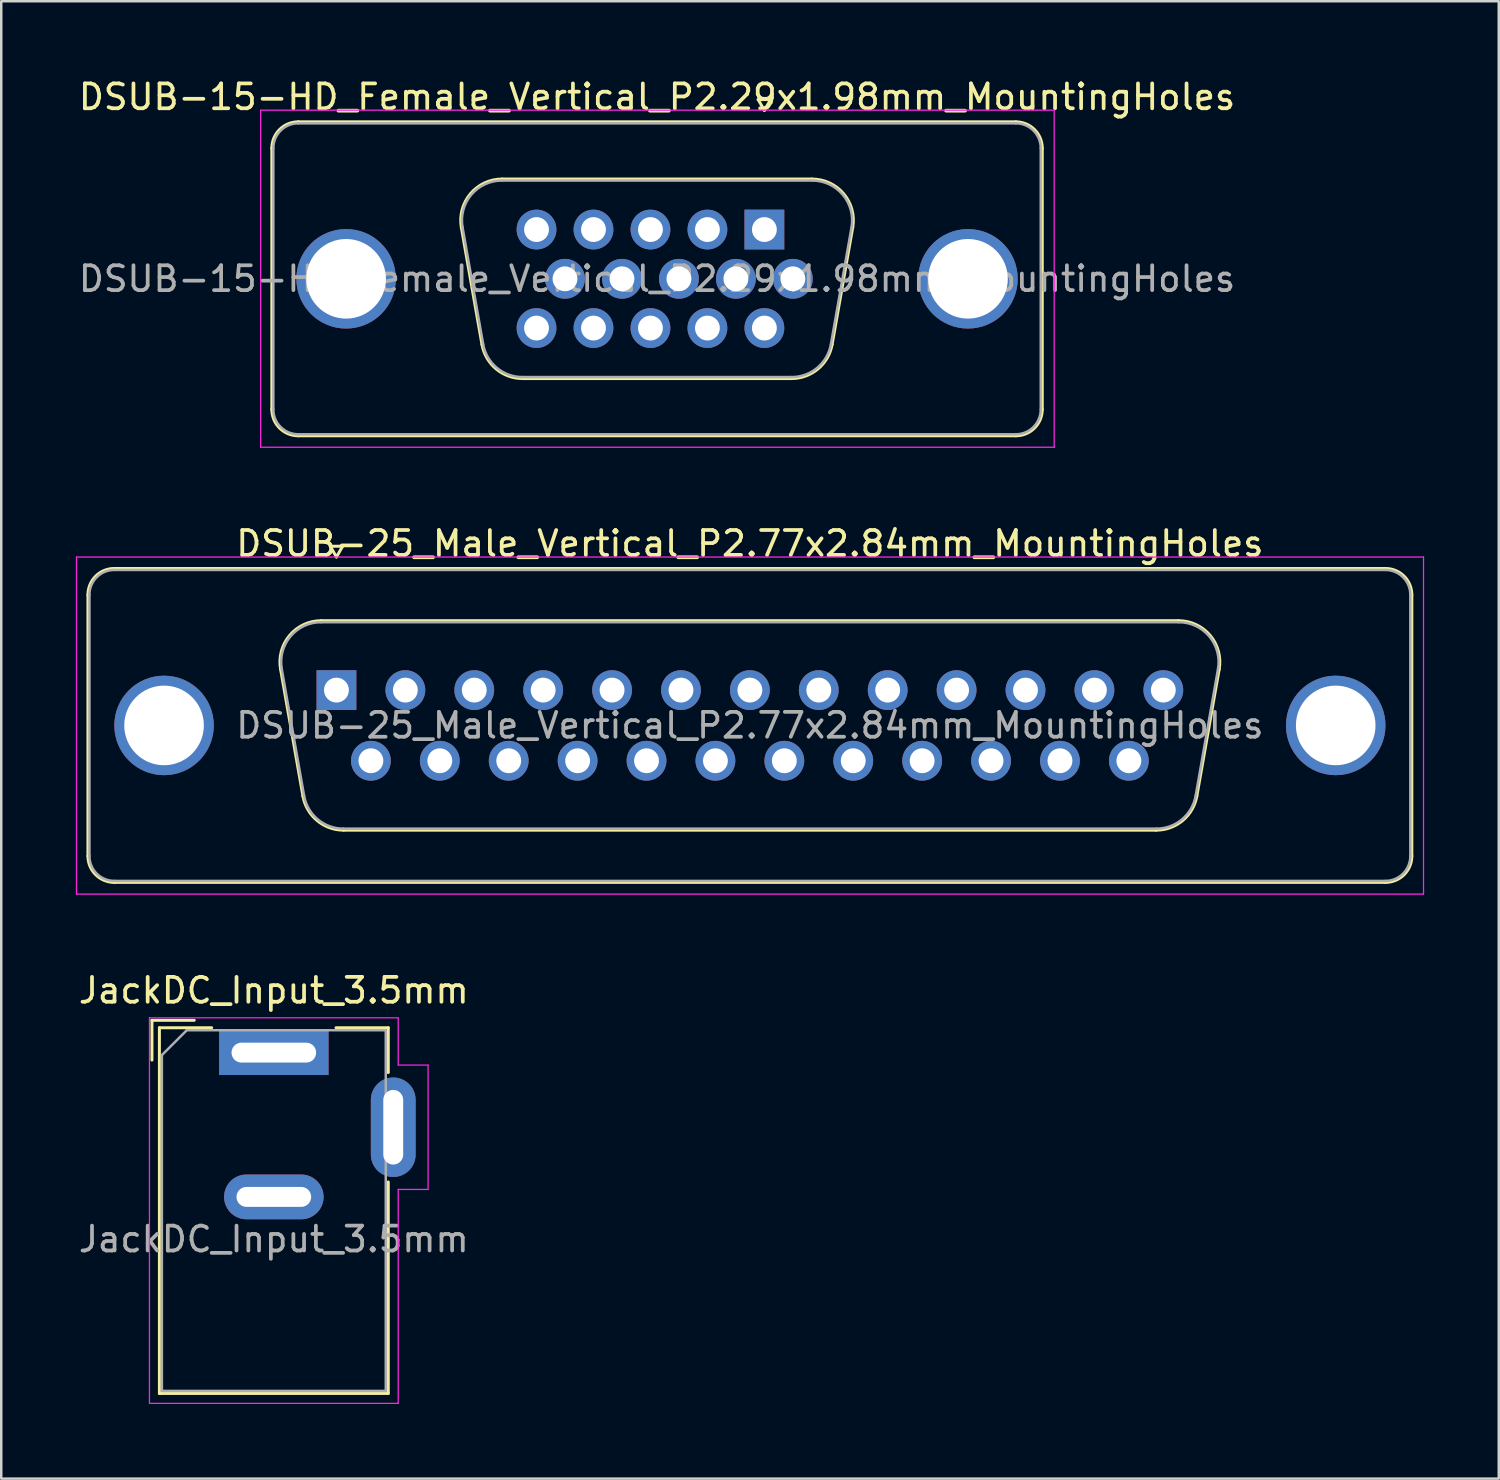
<source format=kicad_pcb>
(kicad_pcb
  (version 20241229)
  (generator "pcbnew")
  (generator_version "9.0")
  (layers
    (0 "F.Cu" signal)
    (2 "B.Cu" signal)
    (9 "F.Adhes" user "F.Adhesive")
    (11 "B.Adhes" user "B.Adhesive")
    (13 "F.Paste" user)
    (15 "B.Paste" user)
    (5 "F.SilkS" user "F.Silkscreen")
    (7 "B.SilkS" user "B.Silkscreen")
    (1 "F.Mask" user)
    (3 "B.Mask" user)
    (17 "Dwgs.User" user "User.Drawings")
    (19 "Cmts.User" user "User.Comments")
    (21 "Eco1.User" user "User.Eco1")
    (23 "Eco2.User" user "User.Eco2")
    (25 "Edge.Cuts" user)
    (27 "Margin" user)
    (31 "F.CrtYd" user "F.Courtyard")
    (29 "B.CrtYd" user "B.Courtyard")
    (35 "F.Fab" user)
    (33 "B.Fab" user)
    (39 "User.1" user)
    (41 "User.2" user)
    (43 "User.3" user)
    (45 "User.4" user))
  (footprint "DSUB-15-HD_Female_Vertical_P2.29x1.98mm_MountingHoles"
    (layer "F.Cu")
    (at 27.678 6.178)
    (property "Reference" "DSUB-15-HD_Female_Vertical_P2.29x1.98mm_MountingHoles" (at -4.315 -5.33 0) (layer "F.SilkS") (effects (font (size 1 1) (thickness 0.15))))
    (attr through_hole)
    (fp_line (start -19.8 7.23) (end -19.8 -3.27) (stroke (width 0.12) (type solid)) (layer "F.SilkS"))
    (fp_line (start -18.74 -4.33) (end 10.11 -4.33) (stroke (width 0.12) (type solid)) (layer "F.SilkS"))
    (fp_line (start -12.181 -0.082) (end -11.353 4.618) (stroke (width 0.12) (type solid)) (layer "F.SilkS"))
    (fp_line (start -10.547 -2.03) (end 1.917 -2.03) (stroke (width 0.12) (type solid)) (layer "F.SilkS"))
    (fp_line (start -9.718 5.99) (end 1.088 5.99) (stroke (width 0.12) (type solid)) (layer "F.SilkS"))
    (fp_line (start -0.25 -5.224) (end 0.25 -5.224) (stroke (width 0.12) (type solid)) (layer "F.SilkS"))
    (fp_line (start 0 -4.791) (end -0.25 -5.224) (stroke (width 0.12) (type solid)) (layer "F.SilkS"))
    (fp_line (start 0.25 -5.224) (end 0 -4.791) (stroke (width 0.12) (type solid)) (layer "F.SilkS"))
    (fp_line (start 3.551 -0.082) (end 2.723 4.618) (stroke (width 0.12) (type solid)) (layer "F.SilkS"))
    (fp_line (start 10.11 8.29) (end -18.74 8.29) (stroke (width 0.12) (type solid)) (layer "F.SilkS"))
    (fp_line (start 11.17 -3.27) (end 11.17 7.23) (stroke (width 0.12) (type solid)) (layer "F.SilkS"))
    (fp_arc (start -19.8 -3.27) (mid -19.489533 -4.019533) (end -18.74 -4.33) (stroke (width 0.12) (type solid)) (layer "F.SilkS"))
    (fp_arc (start -18.74 8.29) (mid -19.489533 7.979533) (end -19.8 7.23) (stroke (width 0.12) (type solid)) (layer "F.SilkS"))
    (fp_arc (start -12.18147 -0.081744) (mid -11.818323 -1.437028) (end -10.546689 -2.03) (stroke (width 0.12) (type solid)) (layer "F.SilkS"))
    (fp_arc (start -9.717952 5.99) (mid -10.78498 5.601634) (end -11.352733 4.618256) (stroke (width 0.12) (type solid)) (layer "F.SilkS"))
    (fp_arc (start 1.916689 -2.03) (mid 3.188323 -1.437027) (end 3.55147 -0.081744) (stroke (width 0.12) (type solid)) (layer "F.SilkS"))
    (fp_arc (start 2.722733 4.618256) (mid 2.15498 5.601634) (end 1.087952 5.99) (stroke (width 0.12) (type solid)) (layer "F.SilkS"))
    (fp_arc (start 10.11 -4.33) (mid 10.859533 -4.019533) (end 11.17 -3.27) (stroke (width 0.12) (type solid)) (layer "F.SilkS"))
    (fp_arc (start 11.17 7.23) (mid 10.859533 7.979533) (end 10.11 8.29) (stroke (width 0.12) (type solid)) (layer "F.SilkS"))
    (fp_line (start -20.25 -4.8) (end -20.25 8.75) (stroke (width 0.05) (type solid)) (layer "F.CrtYd"))
    (fp_line (start -20.25 8.75) (end 11.65 8.75) (stroke (width 0.05) (type solid)) (layer "F.CrtYd"))
    (fp_line (start 11.65 -4.8) (end -20.25 -4.8) (stroke (width 0.05) (type solid)) (layer "F.CrtYd"))
    (fp_line (start 11.65 8.75) (end 11.65 -4.8) (stroke (width 0.05) (type solid)) (layer "F.CrtYd"))
    (fp_line (start -19.74 7.23) (end -19.74 -3.27) (stroke (width 0.1) (type solid)) (layer "F.Fab"))
    (fp_line (start -18.74 -4.27) (end 10.11 -4.27) (stroke (width 0.1) (type solid)) (layer "F.Fab"))
    (fp_line (start -12.134 -0.092) (end -11.305 4.608) (stroke (width 0.1) (type solid)) (layer "F.Fab"))
    (fp_line (start -10.558 -1.97) (end 1.928 -1.97) (stroke (width 0.1) (type solid)) (layer "F.Fab"))
    (fp_line (start -9.729 5.93) (end 1.099 5.93) (stroke (width 0.1) (type solid)) (layer "F.Fab"))
    (fp_line (start 3.504 -0.092) (end 2.675 4.608) (stroke (width 0.1) (type solid)) (layer "F.Fab"))
    (fp_line (start 10.11 8.23) (end -18.74 8.23) (stroke (width 0.1) (type solid)) (layer "F.Fab"))
    (fp_line (start 11.11 -3.27) (end 11.11 7.23) (stroke (width 0.1) (type solid)) (layer "F.Fab"))
    (fp_arc (start -19.74 -3.27) (mid -19.447107 -3.977107) (end -18.74 -4.27) (stroke (width 0.1) (type solid)) (layer "F.Fab"))
    (fp_arc (start -18.74 8.23) (mid -19.447107 7.937107) (end -19.74 7.23) (stroke (width 0.1) (type solid)) (layer "F.Fab"))
    (fp_arc (start -12.133886 -0.092163) (mid -11.783865 -1.39846) (end -10.558194 -1.97) (stroke (width 0.1) (type solid)) (layer "F.Fab"))
    (fp_arc (start -9.729457 5.93) (mid -10.757917 5.555671) (end -11.305149 4.607837) (stroke (width 0.1) (type solid)) (layer "F.Fab"))
    (fp_arc (start 1.928194 -1.97) (mid 3.153865 -1.39846) (end 3.503886 -0.092163) (stroke (width 0.1) (type solid)) (layer "F.Fab"))
    (fp_arc (start 2.675149 4.607837) (mid 2.127917 5.555671) (end 1.099457 5.93) (stroke (width 0.1) (type solid)) (layer "F.Fab"))
    (fp_arc (start 10.11 -4.27) (mid 10.817107 -3.977107) (end 11.11 -3.27) (stroke (width 0.1) (type solid)) (layer "F.Fab"))
    (fp_arc (start 11.11 7.23) (mid 10.817107 7.937107) (end 10.11 8.23) (stroke (width 0.1) (type solid)) (layer "F.Fab"))
    (fp_text user "${REFERENCE}" (at -4.315 1.98 0) (layer "F.Fab") (effects (font (size 1 1) (thickness 0.15))))
    (pad "0" thru_hole circle (at -16.815 1.98) (size 4 4) (drill 3.2) (layers "*.Cu" "*.Mask"))
    (pad "0" thru_hole circle (at 8.185 1.98) (size 4 4) (drill 3.2) (layers "*.Cu" "*.Mask"))
    (pad "1" thru_hole rect (at 0 0) (size 1.6 1.6) (drill 1) (layers "*.Cu" "*.Mask"))
    (pad "2" thru_hole circle (at -2.29 0) (size 1.6 1.6) (drill 1) (layers "*.Cu" "*.Mask"))
    (pad "3" thru_hole circle (at -4.58 0) (size 1.6 1.6) (drill 1) (layers "*.Cu" "*.Mask"))
    (pad "4" thru_hole circle (at -6.87 0) (size 1.6 1.6) (drill 1) (layers "*.Cu" "*.Mask"))
    (pad "5" thru_hole circle (at -9.16 0) (size 1.6 1.6) (drill 1) (layers "*.Cu" "*.Mask"))
    (pad "6" thru_hole circle (at 1.145 1.98) (size 1.6 1.6) (drill 1) (layers "*.Cu" "*.Mask"))
    (pad "7" thru_hole circle (at -1.145 1.98) (size 1.6 1.6) (drill 1) (layers "*.Cu" "*.Mask"))
    (pad "8" thru_hole circle (at -3.435 1.98) (size 1.6 1.6) (drill 1) (layers "*.Cu" "*.Mask"))
    (pad "9" thru_hole circle (at -5.725 1.98) (size 1.6 1.6) (drill 1) (layers "*.Cu" "*.Mask"))
    (pad "10" thru_hole circle (at -8.015 1.98) (size 1.6 1.6) (drill 1) (layers "*.Cu" "*.Mask"))
    (pad "11" thru_hole circle (at 0 3.96) (size 1.6 1.6) (drill 1) (layers "*.Cu" "*.Mask"))
    (pad "12" thru_hole circle (at -2.29 3.96) (size 1.6 1.6) (drill 1) (layers "*.Cu" "*.Mask"))
    (pad "13" thru_hole circle (at -4.58 3.96) (size 1.6 1.6) (drill 1) (layers "*.Cu" "*.Mask"))
    (pad "14" thru_hole circle (at -6.87 3.96) (size 1.6 1.6) (drill 1) (layers "*.Cu" "*.Mask"))
    (pad "15" thru_hole circle (at -9.16 3.96) (size 1.6 1.6) (drill 1) (layers "*.Cu" "*.Mask")))
  (footprint "DSUB-25_Male_Vertical_P2.77x2.84mm_MountingHoles"
    (layer "F.Cu")
    (at 10.475 24.692)
    (property "Reference" "DSUB-25_Male_Vertical_P2.77x2.84mm_MountingHoles" (at 16.62 -5.89 0) (layer "F.SilkS") (effects (font (size 1 1) (thickness 0.15))))
    (attr through_hole)
    (fp_line (start -9.99 6.67) (end -9.99 -3.83) (stroke (width 0.12) (type solid)) (layer "F.SilkS"))
    (fp_line (start -8.93 -4.89) (end 42.17 -4.89) (stroke (width 0.12) (type solid)) (layer "F.SilkS"))
    (fp_line (start -2.246 -0.842) (end -1.347 4.258) (stroke (width 0.12) (type solid)) (layer "F.SilkS"))
    (fp_line (start -0.612 -2.79) (end 33.852 -2.79) (stroke (width 0.12) (type solid)) (layer "F.SilkS"))
    (fp_line (start -0.25 -5.784) (end 0.25 -5.784) (stroke (width 0.12) (type solid)) (layer "F.SilkS"))
    (fp_line (start 0 -5.351) (end -0.25 -5.784) (stroke (width 0.12) (type solid)) (layer "F.SilkS"))
    (fp_line (start 0.25 -5.784) (end 0 -5.351) (stroke (width 0.12) (type solid)) (layer "F.SilkS"))
    (fp_line (start 0.288 5.63) (end 32.952 5.63) (stroke (width 0.12) (type solid)) (layer "F.SilkS"))
    (fp_line (start 35.486 -0.842) (end 34.587 4.258) (stroke (width 0.12) (type solid)) (layer "F.SilkS"))
    (fp_line (start 42.17 7.73) (end -8.93 7.73) (stroke (width 0.12) (type solid)) (layer "F.SilkS"))
    (fp_line (start 43.23 -3.83) (end 43.23 6.67) (stroke (width 0.12) (type solid)) (layer "F.SilkS"))
    (fp_arc (start -9.99 -3.83) (mid -9.679533 -4.579533) (end -8.93 -4.89) (stroke (width 0.12) (type solid)) (layer "F.SilkS"))
    (fp_arc (start -8.93 7.73) (mid -9.679533 7.419533) (end -9.99 6.67) (stroke (width 0.12) (type solid)) (layer "F.SilkS"))
    (fp_arc (start -2.24647 -0.841744) (mid -1.883323 -2.197028) (end -0.611689 -2.79) (stroke (width 0.12) (type solid)) (layer "F.SilkS"))
    (fp_arc (start 0.287579 5.63) (mid -0.779449 5.241634) (end -1.347202 4.258256) (stroke (width 0.12) (type solid)) (layer "F.SilkS"))
    (fp_arc (start 33.851689 -2.79) (mid 35.123323 -2.197027) (end 35.48647 -0.841744) (stroke (width 0.12) (type solid)) (layer "F.SilkS"))
    (fp_arc (start 34.587202 4.258256) (mid 34.019449 5.241634) (end 32.952421 5.63) (stroke (width 0.12) (type solid)) (layer "F.SilkS"))
    (fp_arc (start 42.17 -4.89) (mid 42.919533 -4.579533) (end 43.23 -3.83) (stroke (width 0.12) (type solid)) (layer "F.SilkS"))
    (fp_arc (start 43.23 6.67) (mid 42.919533 7.419533) (end 42.17 7.73) (stroke (width 0.12) (type solid)) (layer "F.SilkS"))
    (fp_line (start -10.45 -5.35) (end -10.45 8.2) (stroke (width 0.05) (type solid)) (layer "F.CrtYd"))
    (fp_line (start -10.45 8.2) (end 43.7 8.2) (stroke (width 0.05) (type solid)) (layer "F.CrtYd"))
    (fp_line (start 43.7 -5.35) (end -10.45 -5.35) (stroke (width 0.05) (type solid)) (layer "F.CrtYd"))
    (fp_line (start 43.7 8.2) (end 43.7 -5.35) (stroke (width 0.05) (type solid)) (layer "F.CrtYd"))
    (fp_line (start -9.93 6.67) (end -9.93 -3.83) (stroke (width 0.1) (type solid)) (layer "F.Fab"))
    (fp_line (start -8.93 -4.83) (end 42.17 -4.83) (stroke (width 0.1) (type solid)) (layer "F.Fab"))
    (fp_line (start -2.199 -0.852) (end -1.3 4.248) (stroke (width 0.1) (type solid)) (layer "F.Fab"))
    (fp_line (start -0.623 -2.73) (end 33.863 -2.73) (stroke (width 0.1) (type solid)) (layer "F.Fab"))
    (fp_line (start 0.276 5.57) (end 32.964 5.57) (stroke (width 0.1) (type solid)) (layer "F.Fab"))
    (fp_line (start 35.439 -0.852) (end 34.54 4.248) (stroke (width 0.1) (type solid)) (layer "F.Fab"))
    (fp_line (start 42.17 7.67) (end -8.93 7.67) (stroke (width 0.1) (type solid)) (layer "F.Fab"))
    (fp_line (start 43.17 -3.83) (end 43.17 6.67) (stroke (width 0.1) (type solid)) (layer "F.Fab"))
    (fp_arc (start -9.93 -3.83) (mid -9.637107 -4.537107) (end -8.93 -4.83) (stroke (width 0.1) (type solid)) (layer "F.Fab"))
    (fp_arc (start -8.93 7.67) (mid -9.637107 7.377107) (end -9.93 6.67) (stroke (width 0.1) (type solid)) (layer "F.Fab"))
    (fp_arc (start -2.198886 -0.852163) (mid -1.848865 -2.15846) (end -0.623194 -2.73) (stroke (width 0.1) (type solid)) (layer "F.Fab"))
    (fp_arc (start 0.276073 5.57) (mid -0.752387 5.195671) (end -1.299619 4.247837) (stroke (width 0.1) (type solid)) (layer "F.Fab"))
    (fp_arc (start 33.863194 -2.73) (mid 35.088865 -2.15846) (end 35.438886 -0.852163) (stroke (width 0.1) (type solid)) (layer "F.Fab"))
    (fp_arc (start 34.539619 4.247837) (mid 33.992387 5.195671) (end 32.963927 5.57) (stroke (width 0.1) (type solid)) (layer "F.Fab"))
    (fp_arc (start 42.17 -4.83) (mid 42.877107 -4.537107) (end 43.17 -3.83) (stroke (width 0.1) (type solid)) (layer "F.Fab"))
    (fp_arc (start 43.17 6.67) (mid 42.877107 7.377107) (end 42.17 7.67) (stroke (width 0.1) (type solid)) (layer "F.Fab"))
    (fp_text user "${REFERENCE}" (at 16.62 1.42 0) (layer "F.Fab") (effects (font (size 1 1) (thickness 0.15))))
    (pad "0" thru_hole circle (at -6.93 1.42) (size 4 4) (drill 3.2) (layers "*.Cu" "*.Mask"))
    (pad "0" thru_hole circle (at 40.17 1.42) (size 4 4) (drill 3.2) (layers "*.Cu" "*.Mask"))
    (pad "1" thru_hole rect (at 0 0) (size 1.6 1.6) (drill 1) (layers "*.Cu" "*.Mask"))
    (pad "2" thru_hole circle (at 2.77 0) (size 1.6 1.6) (drill 1) (layers "*.Cu" "*.Mask"))
    (pad "3" thru_hole circle (at 5.54 0) (size 1.6 1.6) (drill 1) (layers "*.Cu" "*.Mask"))
    (pad "4" thru_hole circle (at 8.31 0) (size 1.6 1.6) (drill 1) (layers "*.Cu" "*.Mask"))
    (pad "5" thru_hole circle (at 11.08 0) (size 1.6 1.6) (drill 1) (layers "*.Cu" "*.Mask"))
    (pad "6" thru_hole circle (at 13.85 0) (size 1.6 1.6) (drill 1) (layers "*.Cu" "*.Mask"))
    (pad "7" thru_hole circle (at 16.62 0) (size 1.6 1.6) (drill 1) (layers "*.Cu" "*.Mask"))
    (pad "8" thru_hole circle (at 19.39 0) (size 1.6 1.6) (drill 1) (layers "*.Cu" "*.Mask"))
    (pad "9" thru_hole circle (at 22.16 0) (size 1.6 1.6) (drill 1) (layers "*.Cu" "*.Mask"))
    (pad "10" thru_hole circle (at 24.93 0) (size 1.6 1.6) (drill 1) (layers "*.Cu" "*.Mask"))
    (pad "11" thru_hole circle (at 27.7 0) (size 1.6 1.6) (drill 1) (layers "*.Cu" "*.Mask"))
    (pad "12" thru_hole circle (at 30.47 0) (size 1.6 1.6) (drill 1) (layers "*.Cu" "*.Mask"))
    (pad "13" thru_hole circle (at 33.24 0) (size 1.6 1.6) (drill 1) (layers "*.Cu" "*.Mask"))
    (pad "14" thru_hole circle (at 1.385 2.84) (size 1.6 1.6) (drill 1) (layers "*.Cu" "*.Mask"))
    (pad "15" thru_hole circle (at 4.155 2.84) (size 1.6 1.6) (drill 1) (layers "*.Cu" "*.Mask"))
    (pad "16" thru_hole circle (at 6.925 2.84) (size 1.6 1.6) (drill 1) (layers "*.Cu" "*.Mask"))
    (pad "17" thru_hole circle (at 9.695 2.84) (size 1.6 1.6) (drill 1) (layers "*.Cu" "*.Mask"))
    (pad "18" thru_hole circle (at 12.465 2.84) (size 1.6 1.6) (drill 1) (layers "*.Cu" "*.Mask"))
    (pad "19" thru_hole circle (at 15.235 2.84) (size 1.6 1.6) (drill 1) (layers "*.Cu" "*.Mask"))
    (pad "20" thru_hole circle (at 18.005 2.84) (size 1.6 1.6) (drill 1) (layers "*.Cu" "*.Mask"))
    (pad "21" thru_hole circle (at 20.775 2.84) (size 1.6 1.6) (drill 1) (layers "*.Cu" "*.Mask"))
    (pad "22" thru_hole circle (at 23.545 2.84) (size 1.6 1.6) (drill 1) (layers "*.Cu" "*.Mask"))
    (pad "23" thru_hole circle (at 26.315 2.84) (size 1.6 1.6) (drill 1) (layers "*.Cu" "*.Mask"))
    (pad "24" thru_hole circle (at 29.085 2.84) (size 1.6 1.6) (drill 1) (layers "*.Cu" "*.Mask"))
    (pad "25" thru_hole circle (at 31.855 2.84) (size 1.6 1.6) (drill 1) (layers "*.Cu" "*.Mask")))
  (footprint "JackDC_Input_3.5mm"
    (layer "F.Cu")
    (at 7.958 39.265)
    (property "Reference" "JackDC_Input_3.5mm" (at 0 -2.5 0) (layer "F.SilkS") (effects (font (size 1 1) (thickness 0.15))))
    (attr through_hole)
    (fp_line (start -4.9 -1.3) (end -4.9 0.3) (stroke (width 0.12) (type solid)) (layer "F.SilkS"))
    (fp_line (start -4.6 -1) (end -2.5 -1) (stroke (width 0.12) (type solid)) (layer "F.SilkS"))
    (fp_line (start -4.6 13.7) (end -4.6 -1) (stroke (width 0.12) (type solid)) (layer "F.SilkS"))
    (fp_line (start -3.2 -1.3) (end -4.9 -1.3) (stroke (width 0.12) (type solid)) (layer "F.SilkS"))
    (fp_line (start 2.5 -1) (end 4.6 -1) (stroke (width 0.12) (type solid)) (layer "F.SilkS"))
    (fp_line (start 4.6 -1) (end 4.6 0.8) (stroke (width 0.12) (type solid)) (layer "F.SilkS"))
    (fp_line (start 4.6 5.2) (end 4.6 13.7) (stroke (width 0.12) (type solid)) (layer "F.SilkS"))
    (fp_line (start 4.6 13.7) (end -4.6 13.7) (stroke (width 0.12) (type solid)) (layer "F.SilkS"))
    (fp_line (start -5 -1.4) (end -5 14.1) (stroke (width 0.05) (type solid)) (layer "F.CrtYd"))
    (fp_line (start -5 14.1) (end 5 14.1) (stroke (width 0.05) (type solid)) (layer "F.CrtYd"))
    (fp_line (start 5 -1.4) (end -5 -1.4) (stroke (width 0.05) (type solid)) (layer "F.CrtYd"))
    (fp_line (start 5 0.5) (end 5 -1.4) (stroke (width 0.05) (type solid)) (layer "F.CrtYd"))
    (fp_line (start 5 14.1) (end 5 5.5) (stroke (width 0.05) (type solid)) (layer "F.CrtYd"))
    (fp_line (start 6.2 0.5) (end 5 0.5) (stroke (width 0.05) (type solid)) (layer "F.CrtYd"))
    (fp_line (start 6.2 0.5) (end 6.2 5.5) (stroke (width 0.05) (type solid)) (layer "F.CrtYd"))
    (fp_line (start 6.2 5.5) (end 5 5.5) (stroke (width 0.05) (type solid)) (layer "F.CrtYd"))
    (fp_line (start -4.5 0.1) (end -3.5 -0.9) (stroke (width 0.1) (type solid)) (layer "F.Fab"))
    (fp_line (start -4.5 13.6) (end -4.5 0.1) (stroke (width 0.1) (type solid)) (layer "F.Fab"))
    (fp_line (start 4.5 -0.9) (end -3.5 -0.9) (stroke (width 0.1) (type solid)) (layer "F.Fab"))
    (fp_line (start 4.5 -0.9) (end 4.5 13.6) (stroke (width 0.1) (type solid)) (layer "F.Fab"))
    (fp_line (start 4.5 13.6) (end -4.5 13.6) (stroke (width 0.1) (type solid)) (layer "F.Fab"))
    (fp_text user "${REFERENCE}" (at 0 7.5 0) (layer "F.Fab") (effects (font (size 1 1) (thickness 0.15))))
    (pad "1" thru_hole rect (at 0 0) (size 4.4 1.8) (drill oval 3.4 0.8) (layers "*.Cu" "*.Mask"))
    (pad "2" thru_hole oval (at 0 5.8) (size 4 1.8) (drill oval 3 0.8) (layers "*.Cu" "*.Mask"))
    (pad "3" thru_hole oval (at 4.8 3 90) (size 4 1.8) (drill oval 3 0.8) (layers "*.Cu" "*.Mask")))
  (gr_rect
    (start -3 -3)
    (end 57.2 56.39)
    (stroke (width 0.1) (type default))
    (fill no)
    (layer "Edge.Cuts")))
</source>
